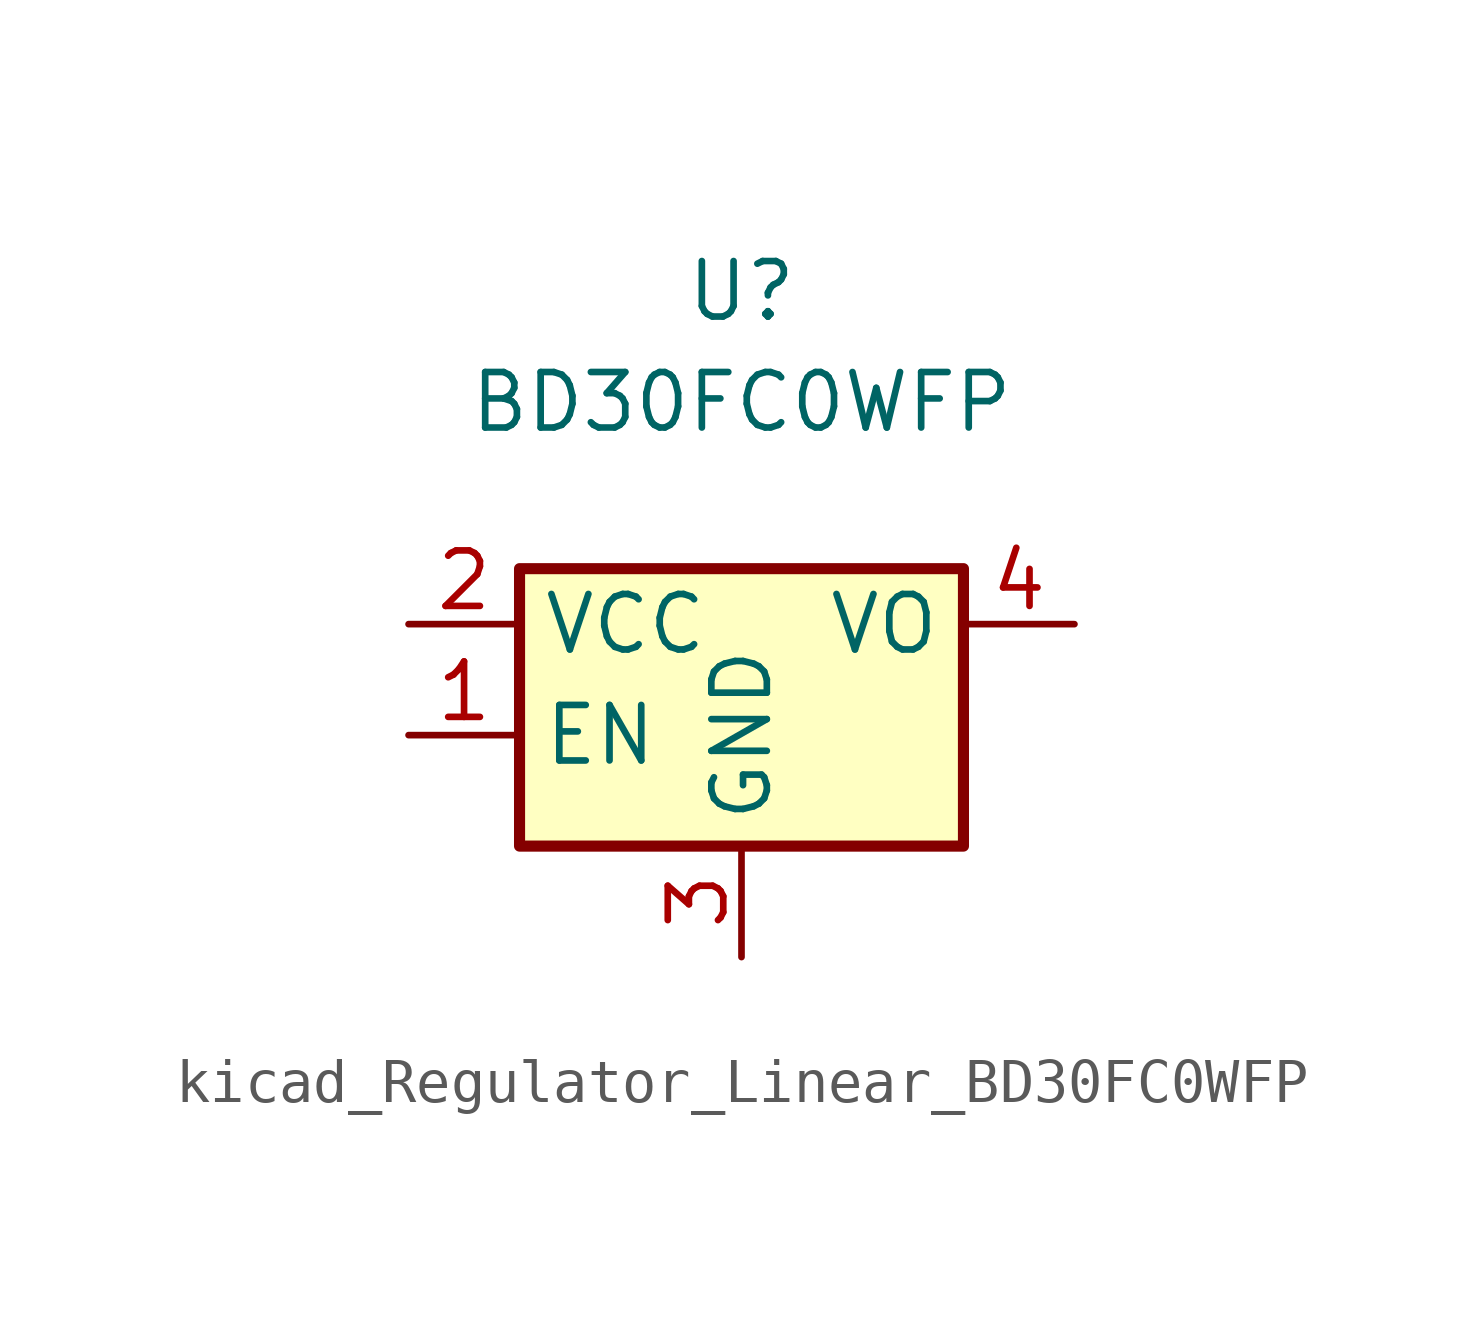
<source format=kicad_sym>
(kicad_symbol_lib
  (version 20220914)
  (generator kicad_symbol_editor)
  (symbol "kicad_Regulator_Linear_BD30FC0WFP"
    (property "Reference" "U"
      (at 0 7.62 0)
      (effects (font (size 1.27 1.27))))
    (property "Value" "BD30FC0WFP"
      (at 0 5.08 0)
      (effects (font (size 1.27 1.27))))
    (symbol "kicad_Regulator_Linear_BD30FC0WFP_1_1"
      (rectangle (start -5.08 -5.08) (end 5.08 1.27) (stroke (width 0.254) (type default)) (fill (type background)))
      (pin input line (at -7.62 -2.54 0) (length 2.54) (name "EN" (effects (font (size 1.27 1.27)))) (number "1" (effects (font (size 1.27 1.27)))))
      (pin power_in line (at -7.62 0 0) (length 2.54) (name "VCC" (effects (font (size 1.27 1.27)))) (number "2" (effects (font (size 1.27 1.27)))))
      (pin power_in line (at 0 -7.62 90) (length 2.54) (name "GND" (effects (font (size 1.27 1.27)))) (number "3" (effects (font (size 1.27 1.27)))))
      (pin power_out line (at 7.62 0 180) (length 2.54) (name "VO" (effects (font (size 1.27 1.27)))) (number "4" (effects (font (size 1.27 1.27)))))
      (pin no_connect line (at 5.08 -2.54 180) (length 2.54) hide (name "NC" (effects (font (size 1.27 1.27)))) (number "5" (effects (font (size 1.27 1.27))))))))
</source>
